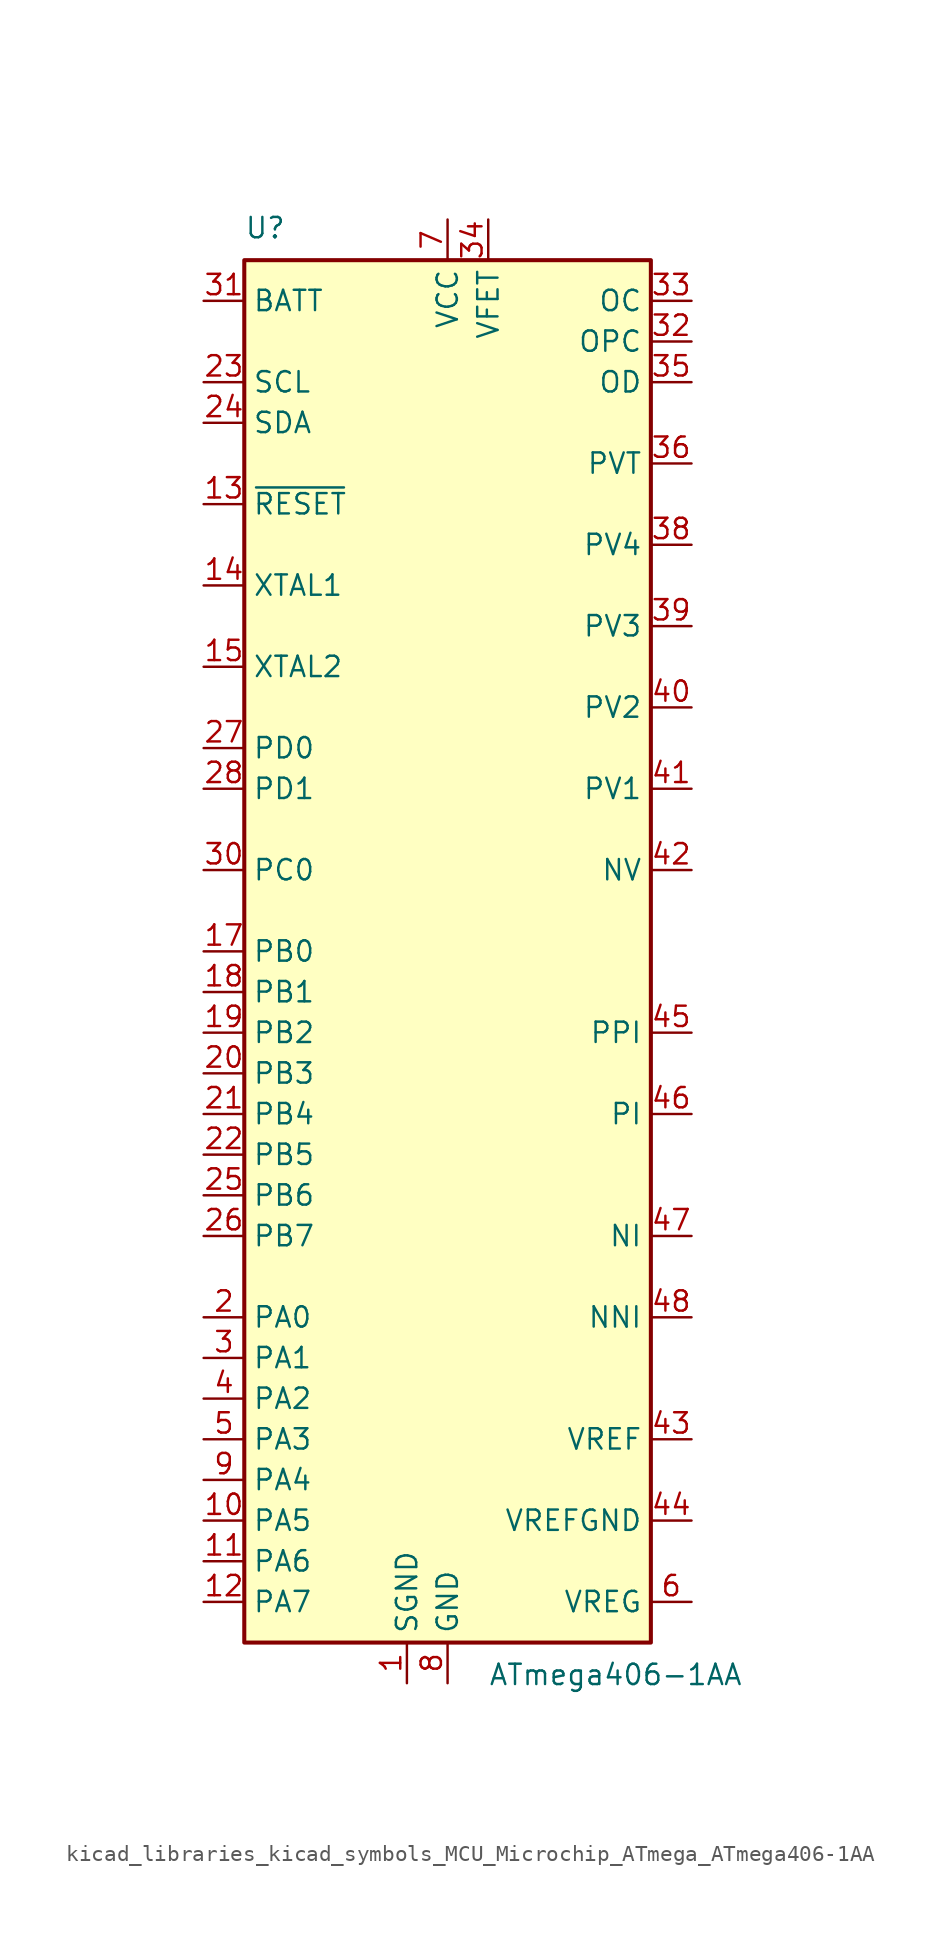
<source format=kicad_sym>
(kicad_symbol_lib
  (version 20220914)
  (generator kicad_symbol_editor)
  (symbol "kicad_libraries_kicad_symbols_MCU_Microchip_ATmega_ATmega406-1AA"
    (property "Reference" "U"
      (at -12.7 44.45 0)
      (effects (font (size 1.27 1.27)) (justify left bottom)))
    (property "Value" "ATmega406-1AA"
      (at 2.54 -44.45 0)
      (effects (font (size 1.27 1.27)) (justify left top)))
    (symbol "kicad_libraries_kicad_symbols_MCU_Microchip_ATmega_ATmega406-1AA_1_1"
      (rectangle (start -12.7 43.18) (end 12.7 -43.18) (stroke (width 0.254) (type default)) (fill (type background)))
      (pin power_in line (at -2.54 -45.72 90) (length 2.54) (name "SGND" (effects (font (size 1.27 1.27)))) (number "1" (effects (font (size 1.27 1.27)))))
      (pin bidirectional line (at -15.24 -35.56 0) (length 2.54) (name "PA5" (effects (font (size 1.27 1.27)))) (number "10" (effects (font (size 1.27 1.27)))))
      (pin bidirectional line (at -15.24 -38.1 0) (length 2.54) (name "PA6" (effects (font (size 1.27 1.27)))) (number "11" (effects (font (size 1.27 1.27)))))
      (pin bidirectional line (at -15.24 -40.64 0) (length 2.54) (name "PA7" (effects (font (size 1.27 1.27)))) (number "12" (effects (font (size 1.27 1.27)))))
      (pin input line (at -15.24 27.94 0) (length 2.54) (name "~{RESET}" (effects (font (size 1.27 1.27)))) (number "13" (effects (font (size 1.27 1.27)))))
      (pin input line (at -15.24 22.86 0) (length 2.54) (name "XTAL1" (effects (font (size 1.27 1.27)))) (number "14" (effects (font (size 1.27 1.27)))))
      (pin output line (at -15.24 17.78 0) (length 2.54) (name "XTAL2" (effects (font (size 1.27 1.27)))) (number "15" (effects (font (size 1.27 1.27)))))
      (pin passive line (at 0 -45.72 90) (length 2.54) hide (name "GND" (effects (font (size 1.27 1.27)))) (number "16" (effects (font (size 1.27 1.27)))))
      (pin bidirectional line (at -15.24 0 0) (length 2.54) (name "PB0" (effects (font (size 1.27 1.27)))) (number "17" (effects (font (size 1.27 1.27)))))
      (pin bidirectional line (at -15.24 -2.54 0) (length 2.54) (name "PB1" (effects (font (size 1.27 1.27)))) (number "18" (effects (font (size 1.27 1.27)))))
      (pin bidirectional line (at -15.24 -5.08 0) (length 2.54) (name "PB2" (effects (font (size 1.27 1.27)))) (number "19" (effects (font (size 1.27 1.27)))))
      (pin bidirectional line (at -15.24 -22.86 0) (length 2.54) (name "PA0" (effects (font (size 1.27 1.27)))) (number "2" (effects (font (size 1.27 1.27)))))
      (pin bidirectional line (at -15.24 -7.62 0) (length 2.54) (name "PB3" (effects (font (size 1.27 1.27)))) (number "20" (effects (font (size 1.27 1.27)))))
      (pin bidirectional line (at -15.24 -10.16 0) (length 2.54) (name "PB4" (effects (font (size 1.27 1.27)))) (number "21" (effects (font (size 1.27 1.27)))))
      (pin bidirectional line (at -15.24 -12.7 0) (length 2.54) (name "PB5" (effects (font (size 1.27 1.27)))) (number "22" (effects (font (size 1.27 1.27)))))
      (pin input line (at -15.24 35.56 0) (length 2.54) (name "SCL" (effects (font (size 1.27 1.27)))) (number "23" (effects (font (size 1.27 1.27)))))
      (pin bidirectional line (at -15.24 33.02 0) (length 2.54) (name "SDA" (effects (font (size 1.27 1.27)))) (number "24" (effects (font (size 1.27 1.27)))))
      (pin bidirectional line (at -15.24 -15.24 0) (length 2.54) (name "PB6" (effects (font (size 1.27 1.27)))) (number "25" (effects (font (size 1.27 1.27)))))
      (pin bidirectional line (at -15.24 -17.78 0) (length 2.54) (name "PB7" (effects (font (size 1.27 1.27)))) (number "26" (effects (font (size 1.27 1.27)))))
      (pin bidirectional line (at -15.24 12.7 0) (length 2.54) (name "PD0" (effects (font (size 1.27 1.27)))) (number "27" (effects (font (size 1.27 1.27)))))
      (pin bidirectional line (at -15.24 10.16 0) (length 2.54) (name "PD1" (effects (font (size 1.27 1.27)))) (number "28" (effects (font (size 1.27 1.27)))))
      (pin passive line (at 0 -45.72 90) (length 2.54) hide (name "GND" (effects (font (size 1.27 1.27)))) (number "29" (effects (font (size 1.27 1.27)))))
      (pin bidirectional line (at -15.24 -25.4 0) (length 2.54) (name "PA1" (effects (font (size 1.27 1.27)))) (number "3" (effects (font (size 1.27 1.27)))))
      (pin open_collector line (at -15.24 5.08 0) (length 2.54) (name "PC0" (effects (font (size 1.27 1.27)))) (number "30" (effects (font (size 1.27 1.27)))))
      (pin input line (at -15.24 40.64 0) (length 2.54) (name "BATT" (effects (font (size 1.27 1.27)))) (number "31" (effects (font (size 1.27 1.27)))))
      (pin output line (at 15.24 38.1 180) (length 2.54) (name "OPC" (effects (font (size 1.27 1.27)))) (number "32" (effects (font (size 1.27 1.27)))))
      (pin output line (at 15.24 40.64 180) (length 2.54) (name "OC" (effects (font (size 1.27 1.27)))) (number "33" (effects (font (size 1.27 1.27)))))
      (pin power_in line (at 2.54 45.72 270) (length 2.54) (name "VFET" (effects (font (size 1.27 1.27)))) (number "34" (effects (font (size 1.27 1.27)))))
      (pin output line (at 15.24 35.56 180) (length 2.54) (name "OD" (effects (font (size 1.27 1.27)))) (number "35" (effects (font (size 1.27 1.27)))))
      (pin input line (at 15.24 30.48 180) (length 2.54) (name "PVT" (effects (font (size 1.27 1.27)))) (number "36" (effects (font (size 1.27 1.27)))))
      (pin passive line (at 0 -45.72 90) (length 2.54) hide (name "GND" (effects (font (size 1.27 1.27)))) (number "37" (effects (font (size 1.27 1.27)))))
      (pin input line (at 15.24 25.4 180) (length 2.54) (name "PV4" (effects (font (size 1.27 1.27)))) (number "38" (effects (font (size 1.27 1.27)))))
      (pin input line (at 15.24 20.32 180) (length 2.54) (name "PV3" (effects (font (size 1.27 1.27)))) (number "39" (effects (font (size 1.27 1.27)))))
      (pin bidirectional line (at -15.24 -27.94 0) (length 2.54) (name "PA2" (effects (font (size 1.27 1.27)))) (number "4" (effects (font (size 1.27 1.27)))))
      (pin input line (at 15.24 15.24 180) (length 2.54) (name "PV2" (effects (font (size 1.27 1.27)))) (number "40" (effects (font (size 1.27 1.27)))))
      (pin input line (at 15.24 10.16 180) (length 2.54) (name "PV1" (effects (font (size 1.27 1.27)))) (number "41" (effects (font (size 1.27 1.27)))))
      (pin input line (at 15.24 5.08 180) (length 2.54) (name "NV" (effects (font (size 1.27 1.27)))) (number "42" (effects (font (size 1.27 1.27)))))
      (pin passive line (at 15.24 -30.48 180) (length 2.54) (name "VREF" (effects (font (size 1.27 1.27)))) (number "43" (effects (font (size 1.27 1.27)))))
      (pin passive line (at 15.24 -35.56 180) (length 2.54) (name "VREFGND" (effects (font (size 1.27 1.27)))) (number "44" (effects (font (size 1.27 1.27)))))
      (pin input line (at 15.24 -5.08 180) (length 2.54) (name "PPI" (effects (font (size 1.27 1.27)))) (number "45" (effects (font (size 1.27 1.27)))))
      (pin input line (at 15.24 -10.16 180) (length 2.54) (name "PI" (effects (font (size 1.27 1.27)))) (number "46" (effects (font (size 1.27 1.27)))))
      (pin input line (at 15.24 -17.78 180) (length 2.54) (name "NI" (effects (font (size 1.27 1.27)))) (number "47" (effects (font (size 1.27 1.27)))))
      (pin input line (at 15.24 -22.86 180) (length 2.54) (name "NNI" (effects (font (size 1.27 1.27)))) (number "48" (effects (font (size 1.27 1.27)))))
      (pin bidirectional line (at -15.24 -30.48 0) (length 2.54) (name "PA3" (effects (font (size 1.27 1.27)))) (number "5" (effects (font (size 1.27 1.27)))))
      (pin power_out line (at 15.24 -40.64 180) (length 2.54) (name "VREG" (effects (font (size 1.27 1.27)))) (number "6" (effects (font (size 1.27 1.27)))))
      (pin power_in line (at 0 45.72 270) (length 2.54) (name "VCC" (effects (font (size 1.27 1.27)))) (number "7" (effects (font (size 1.27 1.27)))))
      (pin power_in line (at 0 -45.72 90) (length 2.54) (name "GND" (effects (font (size 1.27 1.27)))) (number "8" (effects (font (size 1.27 1.27)))))
      (pin bidirectional line (at -15.24 -33.02 0) (length 2.54) (name "PA4" (effects (font (size 1.27 1.27)))) (number "9" (effects (font (size 1.27 1.27))))))))
</source>
